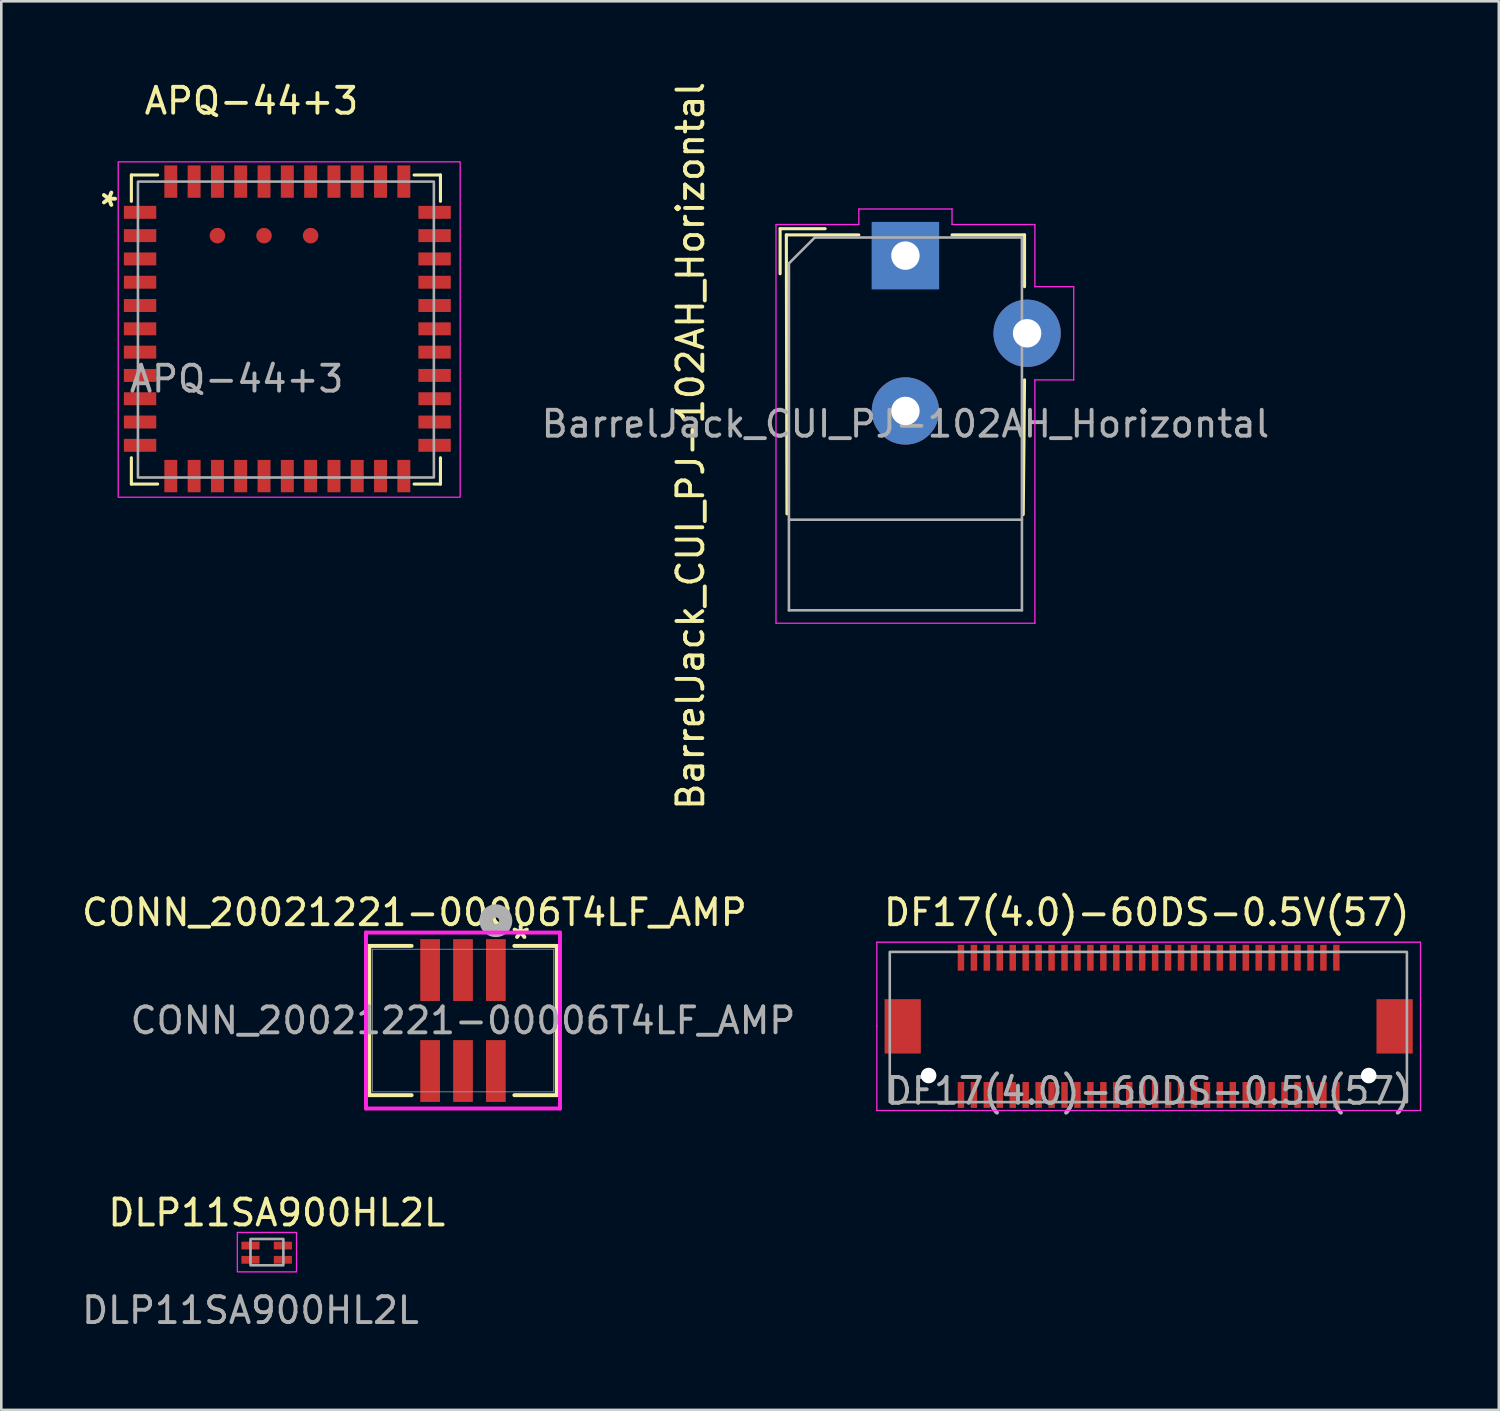
<source format=kicad_pcb>
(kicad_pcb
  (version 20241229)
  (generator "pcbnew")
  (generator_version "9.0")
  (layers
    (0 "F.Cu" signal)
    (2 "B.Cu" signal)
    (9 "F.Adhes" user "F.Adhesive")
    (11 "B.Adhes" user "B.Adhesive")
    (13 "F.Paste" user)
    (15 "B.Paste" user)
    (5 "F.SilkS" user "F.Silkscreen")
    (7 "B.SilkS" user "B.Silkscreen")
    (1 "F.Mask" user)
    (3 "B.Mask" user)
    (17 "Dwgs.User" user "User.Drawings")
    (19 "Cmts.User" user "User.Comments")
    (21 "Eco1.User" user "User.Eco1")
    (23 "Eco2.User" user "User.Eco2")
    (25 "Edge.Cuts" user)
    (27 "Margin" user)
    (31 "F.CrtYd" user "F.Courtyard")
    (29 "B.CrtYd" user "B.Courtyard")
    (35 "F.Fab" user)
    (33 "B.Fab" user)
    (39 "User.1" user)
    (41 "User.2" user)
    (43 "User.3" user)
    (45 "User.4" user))
  (footprint "BarrelJack_CUI_PJ-102AH_Horizontal"
    (layer "F.Cu")
    (at 31.922 6.823)
    (property "Reference" "BarrelJack_CUI_PJ-102AH_Horizontal" (at -8.3 7.35 90) (layer "F.SilkS") (effects (font (size 1 1) (thickness 0.15))))
    (attr through_hole)
    (fp_line (start -4.84 -1.04) (end -3.1 -1.04) (stroke (width 0.12) (type solid)) (layer "F.SilkS"))
    (fp_line (start -4.84 0.7) (end -4.84 -1.04) (stroke (width 0.12) (type solid)) (layer "F.SilkS"))
    (fp_line (start -4.6 -0.8) (end -1.8 -0.8) (stroke (width 0.12) (type solid)) (layer "F.SilkS"))
    (fp_line (start -4.575 9.975) (end -4.6 -0.8) (stroke (width 0.12) (type solid)) (layer "F.SilkS"))
    (fp_line (start 1.8 -0.8) (end 4.6 -0.8) (stroke (width 0.12) (type solid)) (layer "F.SilkS"))
    (fp_line (start 4.6 -0.8) (end 4.6 1.2) (stroke (width 0.12) (type solid)) (layer "F.SilkS"))
    (fp_line (start 4.6 4.8) (end 4.55 10) (stroke (width 0.12) (type solid)) (layer "F.SilkS"))
    (fp_line (start -5 -1.2) (end -1.8 -1.2) (stroke (width 0.05) (type solid)) (layer "F.CrtYd"))
    (fp_line (start -5 14.2) (end -5 -1.2) (stroke (width 0.05) (type solid)) (layer "F.CrtYd"))
    (fp_line (start -1.8 -1.8) (end 1.8 -1.8) (stroke (width 0.05) (type solid)) (layer "F.CrtYd"))
    (fp_line (start -1.8 -1.2) (end -1.8 -1.8) (stroke (width 0.05) (type solid)) (layer "F.CrtYd"))
    (fp_line (start 1.8 -1.8) (end 1.8 -1.2) (stroke (width 0.05) (type solid)) (layer "F.CrtYd"))
    (fp_line (start 1.8 -1.2) (end 5 -1.2) (stroke (width 0.05) (type solid)) (layer "F.CrtYd"))
    (fp_line (start 5 -1.2) (end 5 1.2) (stroke (width 0.05) (type solid)) (layer "F.CrtYd"))
    (fp_line (start 5 1.2) (end 6.5 1.2) (stroke (width 0.05) (type solid)) (layer "F.CrtYd"))
    (fp_line (start 5 4.8) (end 5 14.2) (stroke (width 0.05) (type solid)) (layer "F.CrtYd"))
    (fp_line (start 5 14.2) (end -5 14.2) (stroke (width 0.05) (type solid)) (layer "F.CrtYd"))
    (fp_line (start 6.5 1.2) (end 6.5 4.8) (stroke (width 0.05) (type solid)) (layer "F.CrtYd"))
    (fp_line (start 6.5 4.8) (end 5 4.8) (stroke (width 0.05) (type solid)) (layer "F.CrtYd"))
    (fp_line (start -4.5 0.3) (end -3.5 -0.7) (stroke (width 0.1) (type solid)) (layer "F.Fab"))
    (fp_line (start -4.5 10.2) (end 4.5 10.2) (stroke (width 0.1) (type solid)) (layer "F.Fab"))
    (fp_line (start -4.5 13.7) (end -4.5 0.3) (stroke (width 0.1) (type solid)) (layer "F.Fab"))
    (fp_line (start -3.5 -0.7) (end 4.5 -0.7) (stroke (width 0.1) (type solid)) (layer "F.Fab"))
    (fp_line (start 4.5 -0.7) (end 4.5 13.7) (stroke (width 0.1) (type solid)) (layer "F.Fab"))
    (fp_line (start 4.5 13.7) (end -4.5 13.7) (stroke (width 0.1) (type solid)) (layer "F.Fab"))
    (fp_text user "${REFERENCE}" (at 0 6.5 180) (layer "F.Fab") (effects (font (size 1 1) (thickness 0.15))))
    (pad "1" thru_hole rect (at 0 0) (size 2.6 2.6) (drill 1.1) (layers "*.Cu" "*.Mask"))
    (pad "2" thru_hole circle (at 0 6) (size 2.6 2.6) (drill 1.1) (layers "*.Cu" "*.Mask"))
    (pad "3" thru_hole circle (at 4.7 3) (size 2.6 2.6) (drill 1.1) (layers "*.Cu" "*.Mask")))
  (footprint "CONN_20021221-00006T4LF_AMP"
    (layer "F.Cu")
    (at 14.833 36.368)
    (property "Reference" "CONN_20021221-00006T4LF_AMP" (at -1.875 -4.175 0) (unlocked yes) (layer "F.SilkS") (effects (font (size 1 1) (thickness 0.15))))
    (attr smd)
    (fp_line (start -3.619 -2.883) (end -3.619 2.883) (stroke (width 0.152) (type solid)) (layer "F.SilkS"))
    (fp_line (start -3.619 2.883) (end -1.984 2.883) (stroke (width 0.152) (type solid)) (layer "F.SilkS"))
    (fp_line (start -1.984 -2.883) (end -3.619 -2.883) (stroke (width 0.152) (type solid)) (layer "F.SilkS"))
    (fp_line (start 1.984 2.883) (end 3.619 2.883) (stroke (width 0.152) (type solid)) (layer "F.SilkS"))
    (fp_line (start 3.619 -2.883) (end 1.984 -2.883) (stroke (width 0.152) (type solid)) (layer "F.SilkS"))
    (fp_line (start 3.619 2.883) (end 3.619 -2.883) (stroke (width 0.152) (type solid)) (layer "F.SilkS"))
    (fp_line (start -3.747 -3.398) (end -3.747 3.398) (stroke (width 0.152) (type solid)) (layer "F.CrtYd"))
    (fp_line (start -3.747 3.398) (end 3.747 3.398) (stroke (width 0.152) (type solid)) (layer "F.CrtYd"))
    (fp_line (start 3.747 -3.398) (end -3.747 -3.398) (stroke (width 0.152) (type solid)) (layer "F.CrtYd"))
    (fp_line (start 3.747 3.398) (end 3.747 -3.398) (stroke (width 0.152) (type solid)) (layer "F.CrtYd"))
    (fp_line (start -3.493 -2.756) (end -3.493 2.756) (stroke (width 0.025) (type solid)) (layer "F.Fab"))
    (fp_line (start -3.493 2.756) (end 3.493 2.756) (stroke (width 0.025) (type solid)) (layer "F.Fab"))
    (fp_line (start 3.493 -2.756) (end -3.493 -2.756) (stroke (width 0.025) (type solid)) (layer "F.Fab"))
    (fp_line (start 3.493 2.756) (end 3.493 -2.756) (stroke (width 0.025) (type solid)) (layer "F.Fab"))
    (fp_circle (center 1.27 -3.855) (end 1.651 -3.855) (stroke (width 0.508) (type solid)) (fill no) (layer "F.Fab"))
    (fp_text user "*" (at 1.75 -2.525 0) (unlocked yes) (layer "F.SilkS") (effects (font (size 1 1) (thickness 0.15)) (justify left bottom)))
    (fp_text user "${REFERENCE}" (at 0 0 0) (unlocked yes) (layer "F.Fab") (effects (font (size 1 1) (thickness 0.15))))
    (pad "1" smd rect (at 1.27 -1.95) (size 0.762 2.388) (layers "F.Cu" "F.Mask" "F.Paste"))
    (pad "2" smd rect (at 1.27 1.95) (size 0.762 2.388) (layers "F.Cu" "F.Mask" "F.Paste"))
    (pad "3" smd rect (at 0 -1.95) (size 0.762 2.388) (layers "F.Cu" "F.Mask" "F.Paste"))
    (pad "4" smd rect (at 0 1.95) (size 0.762 2.388) (layers "F.Cu" "F.Mask" "F.Paste"))
    (pad "5" smd rect (at -1.27 -1.95) (size 0.762 2.388) (layers "F.Cu" "F.Mask" "F.Paste"))
    (pad "6" smd rect (at -1.27 1.95) (size 0.762 2.388) (layers "F.Cu" "F.Mask" "F.Paste")))
  (footprint "DF17(4.0)-60DS-0.5V(57)"
    (layer "F.Cu")
    (at 41.317 36.593)
    (property "Reference" "DF17(4.0)-60DS-0.5V(57)" (at -0.075 -4.4 0) (unlocked yes) (layer "F.SilkS") (effects (font (size 1 1) (thickness 0.15))))
    (attr smd)
    (fp_line (start -10.5 -3.25) (end 10.5 -3.25) (stroke (width 0.05) (type solid)) (layer "F.CrtYd"))
    (fp_line (start -10.5 0) (end -10.5 -3.25) (stroke (width 0.05) (type solid)) (layer "F.CrtYd"))
    (fp_line (start -10.5 3.25) (end -10.5 0) (stroke (width 0.05) (type solid)) (layer "F.CrtYd"))
    (fp_line (start 10.5 -3.25) (end 10.5 3.25) (stroke (width 0.05) (type solid)) (layer "F.CrtYd"))
    (fp_line (start 10.5 3.25) (end -10.5 3.25) (stroke (width 0.05) (type solid)) (layer "F.CrtYd"))
    (fp_rect (start -10 -2.875) (end 9.975 2.925) (stroke (width 0.1) (type default)) (fill no) (layer "F.Fab"))
    (fp_text user "${REFERENCE}" (at 0 2.5 0) (unlocked yes) (layer "F.Fab") (effects (font (size 1 1) (thickness 0.15))))
    (pad "" smd rect (at -9.5 0) (size 1.4 2.1) (layers "F.Cu" "F.Mask" "F.Paste"))
    (pad "" np_thru_hole circle (at -8.5 1.9) (size 0.6 0.6) (drill 0.6) (layers "*.Cu" "*.Mask"))
    (pad "" np_thru_hole circle (at 8.5 1.9) (size 0.6 0.6) (drill 0.6) (layers "*.Cu" "*.Mask"))
    (pad "" smd rect (at 9.5 0) (size 1.4 2.1) (layers "F.Cu" "F.Mask" "F.Paste"))
    (pad "1" smd rect (at -7.25 -2.65) (size 0.25 1) (layers "F.Cu" "F.Mask" "F.Paste"))
    (pad "2" smd rect (at -6.75 -2.65) (size 0.25 1) (layers "F.Cu" "F.Mask" "F.Paste"))
    (pad "3" smd rect (at -6.25 -2.65) (size 0.25 1) (layers "F.Cu" "F.Mask" "F.Paste"))
    (pad "4" smd rect (at -5.75 -2.65) (size 0.25 1) (layers "F.Cu" "F.Mask" "F.Paste"))
    (pad "5" smd rect (at -5.25 -2.65) (size 0.25 1) (layers "F.Cu" "F.Mask" "F.Paste"))
    (pad "6" smd rect (at -4.75 -2.65) (size 0.25 1) (layers "F.Cu" "F.Mask" "F.Paste"))
    (pad "7" smd rect (at -4.25 -2.65) (size 0.25 1) (layers "F.Cu" "F.Mask" "F.Paste"))
    (pad "8" smd rect (at -3.75 -2.65) (size 0.25 1) (layers "F.Cu" "F.Mask" "F.Paste"))
    (pad "9" smd rect (at -3.25 -2.65) (size 0.25 1) (layers "F.Cu" "F.Mask" "F.Paste"))
    (pad "10" smd rect (at -2.75 -2.65) (size 0.25 1) (layers "F.Cu" "F.Mask" "F.Paste"))
    (pad "11" smd rect (at -2.25 -2.65) (size 0.25 1) (layers "F.Cu" "F.Mask" "F.Paste"))
    (pad "12" smd rect (at -1.75 -2.65) (size 0.25 1) (layers "F.Cu" "F.Mask" "F.Paste"))
    (pad "13" smd rect (at -1.25 -2.65) (size 0.25 1) (layers "F.Cu" "F.Mask" "F.Paste"))
    (pad "14" smd rect (at -0.75 -2.65) (size 0.25 1) (layers "F.Cu" "F.Mask" "F.Paste"))
    (pad "15" smd rect (at -0.25 -2.65) (size 0.25 1) (layers "F.Cu" "F.Mask" "F.Paste"))
    (pad "16" smd rect (at 0.25 -2.65) (size 0.25 1) (layers "F.Cu" "F.Mask" "F.Paste"))
    (pad "17" smd rect (at 0.75 -2.65) (size 0.25 1) (layers "F.Cu" "F.Mask" "F.Paste"))
    (pad "18" smd rect (at 1.25 -2.65) (size 0.25 1) (layers "F.Cu" "F.Mask" "F.Paste"))
    (pad "19" smd rect (at 1.75 -2.65) (size 0.25 1) (layers "F.Cu" "F.Mask" "F.Paste"))
    (pad "20" smd rect (at 2.25 -2.65) (size 0.25 1) (layers "F.Cu" "F.Mask" "F.Paste"))
    (pad "21" smd rect (at 2.75 -2.65) (size 0.25 1) (layers "F.Cu" "F.Mask" "F.Paste"))
    (pad "22" smd rect (at 3.25 -2.65) (size 0.25 1) (layers "F.Cu" "F.Mask" "F.Paste"))
    (pad "23" smd rect (at 3.75 -2.65) (size 0.25 1) (layers "F.Cu" "F.Mask" "F.Paste"))
    (pad "24" smd rect (at 4.25 -2.65) (size 0.25 1) (layers "F.Cu" "F.Mask" "F.Paste"))
    (pad "25" smd rect (at 4.75 -2.65) (size 0.25 1) (layers "F.Cu" "F.Mask" "F.Paste"))
    (pad "26" smd rect (at 5.25 -2.65) (size 0.25 1) (layers "F.Cu" "F.Mask" "F.Paste"))
    (pad "27" smd rect (at 5.75 -2.65) (size 0.25 1) (layers "F.Cu" "F.Mask" "F.Paste"))
    (pad "28" smd rect (at 6.25 -2.65) (size 0.25 1) (layers "F.Cu" "F.Mask" "F.Paste"))
    (pad "29" smd rect (at 6.75 -2.65) (size 0.25 1) (layers "F.Cu" "F.Mask" "F.Paste"))
    (pad "30" smd rect (at 7.25 -2.65) (size 0.25 1) (layers "F.Cu" "F.Mask" "F.Paste"))
    (pad "31" smd rect (at -7.25 2.65) (size 0.25 1) (layers "F.Cu" "F.Mask" "F.Paste"))
    (pad "32" smd rect (at -6.75 2.65) (size 0.25 1) (layers "F.Cu" "F.Mask" "F.Paste"))
    (pad "33" smd rect (at -6.25 2.65) (size 0.25 1) (layers "F.Cu" "F.Mask" "F.Paste"))
    (pad "34" smd rect (at -5.75 2.65) (size 0.25 1) (layers "F.Cu" "F.Mask" "F.Paste"))
    (pad "35" smd rect (at -5.25 2.65) (size 0.25 1) (layers "F.Cu" "F.Mask" "F.Paste"))
    (pad "36" smd rect (at -4.75 2.65) (size 0.25 1) (layers "F.Cu" "F.Mask" "F.Paste"))
    (pad "37" smd rect (at -4.25 2.65) (size 0.25 1) (layers "F.Cu" "F.Mask" "F.Paste"))
    (pad "38" smd rect (at -3.75 2.65) (size 0.25 1) (layers "F.Cu" "F.Mask" "F.Paste"))
    (pad "39" smd rect (at -3.25 2.65) (size 0.25 1) (layers "F.Cu" "F.Mask" "F.Paste"))
    (pad "40" smd rect (at -2.75 2.65) (size 0.25 1) (layers "F.Cu" "F.Mask" "F.Paste"))
    (pad "41" smd rect (at -2.25 2.65) (size 0.25 1) (layers "F.Cu" "F.Mask" "F.Paste"))
    (pad "42" smd rect (at -1.75 2.65) (size 0.25 1) (layers "F.Cu" "F.Mask" "F.Paste"))
    (pad "43" smd rect (at -1.25 2.65) (size 0.25 1) (layers "F.Cu" "F.Mask" "F.Paste"))
    (pad "44" smd rect (at -0.75 2.65) (size 0.25 1) (layers "F.Cu" "F.Mask" "F.Paste"))
    (pad "45" smd rect (at -0.25 2.65) (size 0.25 1) (layers "F.Cu" "F.Mask" "F.Paste"))
    (pad "46" smd rect (at 0.25 2.65) (size 0.25 1) (layers "F.Cu" "F.Mask" "F.Paste"))
    (pad "47" smd rect (at 0.75 2.65) (size 0.25 1) (layers "F.Cu" "F.Mask" "F.Paste"))
    (pad "48" smd rect (at 1.25 2.65) (size 0.25 1) (layers "F.Cu" "F.Mask" "F.Paste"))
    (pad "49" smd rect (at 1.75 2.65) (size 0.25 1) (layers "F.Cu" "F.Mask" "F.Paste"))
    (pad "50" smd rect (at 2.25 2.65) (size 0.25 1) (layers "F.Cu" "F.Mask" "F.Paste"))
    (pad "51" smd rect (at 2.75 2.65) (size 0.25 1) (layers "F.Cu" "F.Mask" "F.Paste"))
    (pad "52" smd rect (at 3.25 2.65) (size 0.25 1) (layers "F.Cu" "F.Mask" "F.Paste"))
    (pad "53" smd rect (at 3.75 2.65) (size 0.25 1) (layers "F.Cu" "F.Mask" "F.Paste"))
    (pad "54" smd rect (at 4.25 2.65) (size 0.25 1) (layers "F.Cu" "F.Mask" "F.Paste"))
    (pad "55" smd rect (at 4.75 2.65) (size 0.25 1) (layers "F.Cu" "F.Mask" "F.Paste"))
    (pad "56" smd rect (at 5.25 2.65) (size 0.25 1) (layers "F.Cu" "F.Mask" "F.Paste"))
    (pad "57" smd rect (at 5.75 2.65) (size 0.25 1) (layers "F.Cu" "F.Mask" "F.Paste"))
    (pad "58" smd rect (at 6.25 2.65) (size 0.25 1) (layers "F.Cu" "F.Mask" "F.Paste"))
    (pad "59" smd rect (at 6.75 2.65) (size 0.25 1) (layers "F.Cu" "F.Mask" "F.Paste"))
    (pad "60" smd rect (at 7.25 2.65) (size 0.25 1) (layers "F.Cu" "F.Mask" "F.Paste")))
  (footprint "APQ-44+3"
    (layer "F.Cu")
    (at 8.048 9.626)
    (property "Reference" "APQ-44+3" (at -1.385 -8.777 0) (unlocked yes) (layer "F.SilkS") (effects (font (size 1 1) (thickness 0.15))))
    (attr smd)
    (fp_line (start -6.024 -5.917) (end -5.008 -5.917) (stroke (width 0.12) (type solid)) (layer "F.SilkS"))
    (fp_line (start -6.024 -4.901) (end -6.024 -5.917) (stroke (width 0.12) (type solid)) (layer "F.SilkS"))
    (fp_line (start -6.024 5.005) (end -6.024 6.021) (stroke (width 0.12) (type solid)) (layer "F.SilkS"))
    (fp_line (start -6.024 6.021) (end -5.008 6.021) (stroke (width 0.12) (type solid)) (layer "F.SilkS"))
    (fp_line (start 4.898 -5.917) (end 5.914 -5.917) (stroke (width 0.12) (type solid)) (layer "F.SilkS"))
    (fp_line (start 4.898 6.021) (end 5.914 6.021) (stroke (width 0.12) (type solid)) (layer "F.SilkS"))
    (fp_line (start 5.914 -5.917) (end 5.914 -4.901) (stroke (width 0.12) (type solid)) (layer "F.SilkS"))
    (fp_line (start 5.914 6.021) (end 5.914 5.005) (stroke (width 0.12) (type solid)) (layer "F.SilkS"))
    (fp_rect (start -6.532 -6.425) (end 6.676 6.529) (stroke (width 0.05) (type solid)) (fill no) (layer "F.CrtYd"))
    (fp_rect (start -5.77 -5.662) (end 5.66 5.768) (stroke (width 0.1) (type solid)) (fill no) (layer "F.Fab"))
    (fp_text user "*" (at -7.2 -5 270) (unlocked yes) (layer "F.SilkS") (effects (font (size 1 1) (thickness 0.15))))
    (fp_text user "${REFERENCE}" (at -1.96 1.958 0) (unlocked yes) (layer "F.Fab") (effects (font (size 1 1) (thickness 0.15))))
    (pad "1" smd rect (at -5.688 -4.475 90) (size 0.5 1.25) (layers "F.Cu" "F.Mask" "F.Paste"))
    (pad "2" smd rect (at -5.688 -3.575 90) (size 0.5 1.25) (layers "F.Cu" "F.Mask" "F.Paste"))
    (pad "3" smd rect (at -5.688 -2.675 90) (size 0.5 1.25) (layers "F.Cu" "F.Mask" "F.Paste"))
    (pad "4" smd rect (at -5.688 -1.775 90) (size 0.5 1.25) (layers "F.Cu" "F.Mask" "F.Paste"))
    (pad "5" smd rect (at -5.688 -0.875 90) (size 0.5 1.25) (layers "F.Cu" "F.Mask" "F.Paste"))
    (pad "6" smd rect (at -5.688 0.025 90) (size 0.5 1.25) (layers "F.Cu" "F.Mask" "F.Paste"))
    (pad "7" smd rect (at -5.688 0.925 90) (size 0.5 1.25) (layers "F.Cu" "F.Mask" "F.Paste"))
    (pad "8" smd rect (at -5.688 1.825 90) (size 0.5 1.25) (layers "F.Cu" "F.Mask" "F.Paste"))
    (pad "9" smd rect (at -5.688 2.725 90) (size 0.5 1.25) (layers "F.Cu" "F.Mask" "F.Paste"))
    (pad "10" smd rect (at -5.688 3.625 90) (size 0.5 1.25) (layers "F.Cu" "F.Mask" "F.Paste"))
    (pad "11" smd rect (at -5.688 4.525 90) (size 0.5 1.25) (layers "F.Cu" "F.Mask" "F.Paste"))
    (pad "12" smd rect (at -4.5 5.713) (size 0.5 1.25) (layers "F.Cu" "F.Mask" "F.Paste"))
    (pad "13" smd rect (at -3.6 5.713) (size 0.5 1.25) (layers "F.Cu" "F.Mask" "F.Paste"))
    (pad "14" smd rect (at -2.7 5.713) (size 0.5 1.25) (layers "F.Cu" "F.Mask" "F.Paste"))
    (pad "15" smd rect (at -1.8 5.713) (size 0.5 1.25) (layers "F.Cu" "F.Mask" "F.Paste"))
    (pad "16" smd rect (at -0.9 5.713) (size 0.5 1.25) (layers "F.Cu" "F.Mask" "F.Paste"))
    (pad "17" smd rect (at 0 5.713) (size 0.5 1.25) (layers "F.Cu" "F.Mask" "F.Paste"))
    (pad "18" smd rect (at 0.9 5.713) (size 0.5 1.25) (layers "F.Cu" "F.Mask" "F.Paste"))
    (pad "19" smd rect (at 1.8 5.713) (size 0.5 1.25) (layers "F.Cu" "F.Mask" "F.Paste"))
    (pad "20" smd rect (at 2.7 5.713) (size 0.5 1.25) (layers "F.Cu" "F.Mask" "F.Paste"))
    (pad "21" smd rect (at 3.6 5.713) (size 0.5 1.25) (layers "F.Cu" "F.Mask" "F.Paste"))
    (pad "22" smd rect (at 4.5 5.713) (size 0.5 1.25) (layers "F.Cu" "F.Mask" "F.Paste"))
    (pad "23" smd rect (at 5.688 4.525 90) (size 0.5 1.25) (layers "F.Cu" "F.Mask" "F.Paste"))
    (pad "24" smd rect (at 5.688 3.625 90) (size 0.5 1.25) (layers "F.Cu" "F.Mask" "F.Paste"))
    (pad "25" smd rect (at 5.688 2.725 90) (size 0.5 1.25) (layers "F.Cu" "F.Mask" "F.Paste"))
    (pad "26" smd rect (at 5.688 1.825 90) (size 0.5 1.25) (layers "F.Cu" "F.Mask" "F.Paste"))
    (pad "27" smd rect (at 5.688 0.925 90) (size 0.5 1.25) (layers "F.Cu" "F.Mask" "F.Paste"))
    (pad "28" smd rect (at 5.688 0.025 90) (size 0.5 1.25) (layers "F.Cu" "F.Mask" "F.Paste"))
    (pad "29" smd rect (at 5.688 -0.875 90) (size 0.5 1.25) (layers "F.Cu" "F.Mask" "F.Paste"))
    (pad "30" smd rect (at 5.688 -1.775 90) (size 0.5 1.25) (layers "F.Cu" "F.Mask" "F.Paste"))
    (pad "31" smd rect (at 5.688 -2.675 90) (size 0.5 1.25) (layers "F.Cu" "F.Mask" "F.Paste"))
    (pad "32" smd rect (at 5.688 -3.575 90) (size 0.5 1.25) (layers "F.Cu" "F.Mask" "F.Paste"))
    (pad "33" smd rect (at 5.688 -4.475 90) (size 0.5 1.25) (layers "F.Cu" "F.Mask" "F.Paste"))
    (pad "34" smd rect (at 4.5 -5.662) (size 0.5 1.25) (layers "F.Cu" "F.Mask" "F.Paste"))
    (pad "35" smd rect (at 3.6 -5.662) (size 0.5 1.25) (layers "F.Cu" "F.Mask" "F.Paste"))
    (pad "36" smd rect (at 2.7 -5.662) (size 0.5 1.25) (layers "F.Cu" "F.Mask" "F.Paste"))
    (pad "37" smd rect (at 1.8 -5.662) (size 0.5 1.25) (layers "F.Cu" "F.Mask" "F.Paste"))
    (pad "38" smd rect (at 0.9 -5.662) (size 0.5 1.25) (layers "F.Cu" "F.Mask" "F.Paste"))
    (pad "39" smd rect (at 0 -5.662) (size 0.5 1.25) (layers "F.Cu" "F.Mask" "F.Paste"))
    (pad "40" smd rect (at -0.9 -5.662) (size 0.5 1.25) (layers "F.Cu" "F.Mask" "F.Paste"))
    (pad "41" smd rect (at -1.8 -5.662) (size 0.5 1.25) (layers "F.Cu" "F.Mask" "F.Paste"))
    (pad "42" smd rect (at -2.7 -5.662) (size 0.5 1.25) (layers "F.Cu" "F.Mask" "F.Paste"))
    (pad "43" smd rect (at -3.6 -5.662) (size 0.5 1.25) (layers "F.Cu" "F.Mask" "F.Paste"))
    (pad "44" smd rect (at -4.5 -5.662) (size 0.5 1.25) (layers "F.Cu" "F.Mask" "F.Paste"))
    (pad "45" smd circle (at -2.7 -3.575) (size 0.6 0.6) (layers "F.Cu" "F.Mask" "F.Paste"))
    (pad "46" smd circle (at -0.9 -3.575) (size 0.6 0.6) (layers "F.Cu" "F.Mask" "F.Paste"))
    (pad "47" smd circle (at 0.9 -3.575) (size 0.6 0.6) (layers "F.Cu" "F.Mask" "F.Paste")))
  (footprint "DLP11SA900HL2L"
    (layer "F.Cu")
    (at 6.625 45.06)
    (property "Reference" "DLP11SA900HL2L" (at 1.016 -1.27 0) (unlocked yes) (layer "F.SilkS") (effects (font (size 1 1) (thickness 0.15))))
    (attr smd)
    (fp_rect (start -0.508 -0.508) (end 1.778 1.016) (stroke (width 0.05) (type solid)) (fill no) (layer "F.CrtYd"))
    (fp_rect (start 0 -0.254) (end 1.27 0.762) (stroke (width 0.1) (type solid)) (fill no) (layer "F.Fab"))
    (fp_text user "${REFERENCE}" (at 0 2.5 0) (unlocked yes) (layer "F.Fab") (effects (font (size 1 1) (thickness 0.15))))
    (pad "1" smd rect (at 0 0) (size 0.7 0.3) (layers "F.Cu" "F.Mask" "F.Paste"))
    (pad "2" smd rect (at 1.25 0) (size 0.7 0.3) (layers "F.Cu" "F.Mask" "F.Paste"))
    (pad "3" smd rect (at 0 0.55) (size 0.7 0.3) (layers "F.Cu" "F.Mask" "F.Paste"))
    (pad "4" smd rect (at 1.25 0.55) (size 0.7 0.3) (layers "F.Cu" "F.Mask" "F.Paste")))
  (gr_rect
    (start -3 -3)
    (end 54.842 51.408)
    (stroke (width 0.1) (type default))
    (fill no)
    (layer "Edge.Cuts")))
</source>
